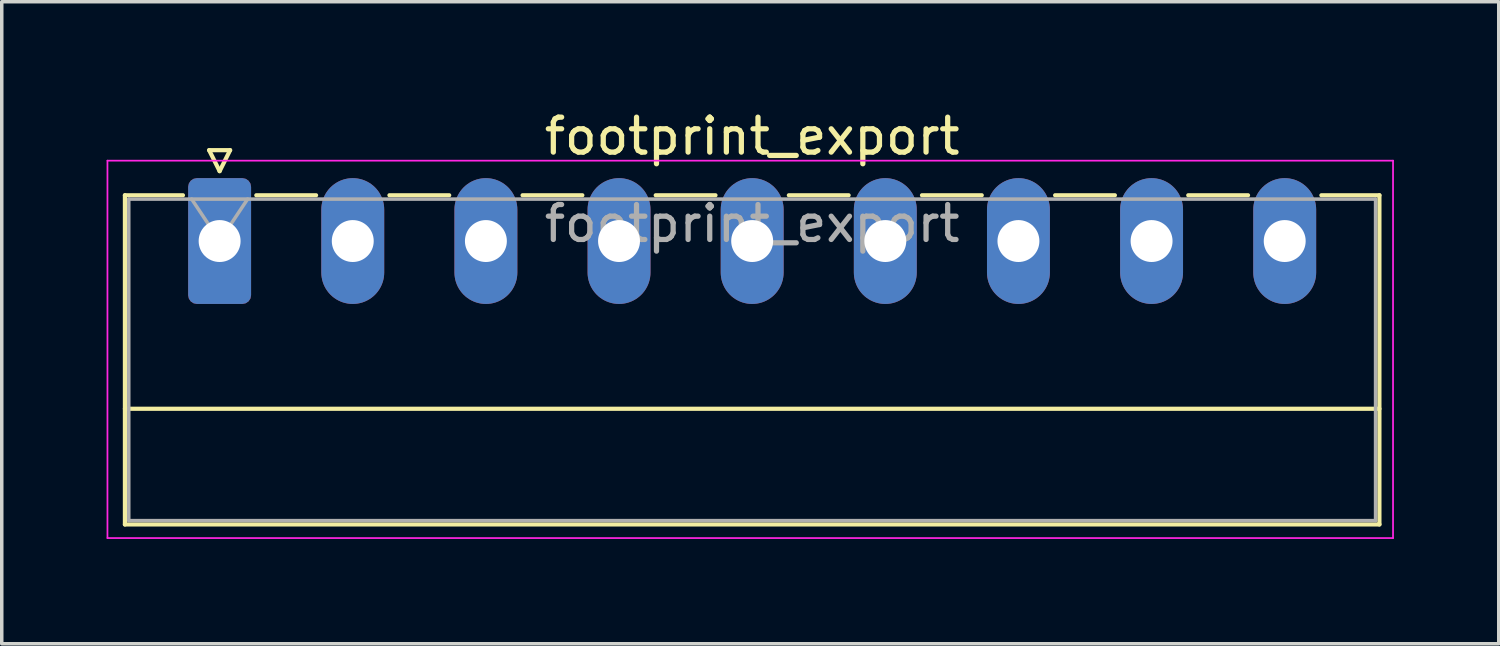
<source format=kicad_pcb>
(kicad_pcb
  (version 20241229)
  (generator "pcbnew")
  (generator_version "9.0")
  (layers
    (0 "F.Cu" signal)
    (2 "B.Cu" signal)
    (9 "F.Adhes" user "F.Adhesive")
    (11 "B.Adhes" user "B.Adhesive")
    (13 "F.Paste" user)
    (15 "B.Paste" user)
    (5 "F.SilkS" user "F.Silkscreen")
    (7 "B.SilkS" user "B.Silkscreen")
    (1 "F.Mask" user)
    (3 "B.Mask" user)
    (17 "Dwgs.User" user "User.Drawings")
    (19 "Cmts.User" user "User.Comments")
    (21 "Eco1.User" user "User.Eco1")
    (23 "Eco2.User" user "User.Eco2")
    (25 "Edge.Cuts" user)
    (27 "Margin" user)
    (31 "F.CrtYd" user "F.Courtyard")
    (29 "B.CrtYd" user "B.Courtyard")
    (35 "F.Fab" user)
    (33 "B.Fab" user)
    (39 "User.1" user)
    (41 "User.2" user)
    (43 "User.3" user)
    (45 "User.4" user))
  (footprint "footprint_export"
    (layer "F.Cu")
    (at 3.235 3.848)
    (property "Reference" "footprint_export" (at 15.24 -3 0) (layer "F.SilkS") (effects (font (size 1 1) (thickness 0.15))))
    (attr through_hole)
    (fp_line (start -2.71 -1.31) (end -2.71 8.11) (stroke (width 0.12) (type solid)) (layer "F.SilkS"))
    (fp_line (start -2.71 -1.31) (end -1.05 -1.31) (stroke (width 0.12) (type solid)) (layer "F.SilkS"))
    (fp_line (start -2.71 4.8) (end 33.19 4.8) (stroke (width 0.12) (type solid)) (layer "F.SilkS"))
    (fp_line (start -2.71 8.11) (end 33.19 8.11) (stroke (width 0.12) (type solid)) (layer "F.SilkS"))
    (fp_line (start -0.3 -2.6) (end 0.3 -2.6) (stroke (width 0.12) (type solid)) (layer "F.SilkS"))
    (fp_line (start 0 -2) (end -0.3 -2.6) (stroke (width 0.12) (type solid)) (layer "F.SilkS"))
    (fp_line (start 0.3 -2.6) (end 0 -2) (stroke (width 0.12) (type solid)) (layer "F.SilkS"))
    (fp_line (start 1.05 -1.31) (end 2.76 -1.31) (stroke (width 0.12) (type solid)) (layer "F.SilkS"))
    (fp_line (start 4.86 -1.31) (end 6.57 -1.31) (stroke (width 0.12) (type solid)) (layer "F.SilkS"))
    (fp_line (start 8.67 -1.31) (end 10.38 -1.31) (stroke (width 0.12) (type solid)) (layer "F.SilkS"))
    (fp_line (start 12.48 -1.31) (end 14.19 -1.31) (stroke (width 0.12) (type solid)) (layer "F.SilkS"))
    (fp_line (start 16.29 -1.31) (end 18 -1.31) (stroke (width 0.12) (type solid)) (layer "F.SilkS"))
    (fp_line (start 20.1 -1.31) (end 21.81 -1.31) (stroke (width 0.12) (type solid)) (layer "F.SilkS"))
    (fp_line (start 23.91 -1.31) (end 25.62 -1.31) (stroke (width 0.12) (type solid)) (layer "F.SilkS"))
    (fp_line (start 27.72 -1.31) (end 29.43 -1.31) (stroke (width 0.12) (type solid)) (layer "F.SilkS"))
    (fp_line (start 33.19 -1.31) (end 31.53 -1.31) (stroke (width 0.12) (type solid)) (layer "F.SilkS"))
    (fp_line (start 33.19 8.11) (end 33.19 -1.31) (stroke (width 0.12) (type solid)) (layer "F.SilkS"))
    (fp_line (start -3.21 -2.3) (end -3.21 8.5) (stroke (width 0.05) (type solid)) (layer "F.CrtYd"))
    (fp_line (start -3.21 8.5) (end 33.58 8.5) (stroke (width 0.05) (type solid)) (layer "F.CrtYd"))
    (fp_line (start 33.58 -2.3) (end -3.21 -2.3) (stroke (width 0.05) (type solid)) (layer "F.CrtYd"))
    (fp_line (start 33.58 8.5) (end 33.58 -2.3) (stroke (width 0.05) (type solid)) (layer "F.CrtYd"))
    (fp_line (start -2.6 -1.2) (end -2.6 8) (stroke (width 0.1) (type solid)) (layer "F.Fab"))
    (fp_line (start -2.6 8) (end 33.08 8) (stroke (width 0.1) (type solid)) (layer "F.Fab"))
    (fp_line (start 0 0) (end -0.8 -1.2) (stroke (width 0.1) (type solid)) (layer "F.Fab"))
    (fp_line (start 0.8 -1.2) (end 0 0) (stroke (width 0.1) (type solid)) (layer "F.Fab"))
    (fp_line (start 33.08 -1.2) (end -2.6 -1.2) (stroke (width 0.1) (type solid)) (layer "F.Fab"))
    (fp_line (start 33.08 8) (end 33.08 -1.2) (stroke (width 0.1) (type solid)) (layer "F.Fab"))
    (fp_text user "${REFERENCE}" (at 15.24 -0.5 0) (layer "F.Fab") (effects (font (size 1 1) (thickness 0.15))))
    (pad "1" thru_hole roundrect (at 0 0) (size 1.8 3.6) (drill 1.2) (layers "*.Cu" "*.Mask") (roundrect_rratio 0.139))
    (pad "2" thru_hole oval (at 3.81 0) (size 1.8 3.6) (drill 1.2) (layers "*.Cu" "*.Mask"))
    (pad "3" thru_hole oval (at 7.62 0) (size 1.8 3.6) (drill 1.2) (layers "*.Cu" "*.Mask"))
    (pad "4" thru_hole oval (at 11.43 0) (size 1.8 3.6) (drill 1.2) (layers "*.Cu" "*.Mask"))
    (pad "5" thru_hole oval (at 15.24 0) (size 1.8 3.6) (drill 1.2) (layers "*.Cu" "*.Mask"))
    (pad "6" thru_hole oval (at 19.05 0) (size 1.8 3.6) (drill 1.2) (layers "*.Cu" "*.Mask"))
    (pad "7" thru_hole oval (at 22.86 0) (size 1.8 3.6) (drill 1.2) (layers "*.Cu" "*.Mask"))
    (pad "8" thru_hole oval (at 26.67 0) (size 1.8 3.6) (drill 1.2) (layers "*.Cu" "*.Mask"))
    (pad "9" thru_hole oval (at 30.48 0) (size 1.8 3.6) (drill 1.2) (layers "*.Cu" "*.Mask")))
  (gr_rect
    (start -3 -3)
    (end 39.84 15.373)
    (stroke (width 0.1) (type default))
    (fill no)
    (layer "Edge.Cuts")))
</source>
